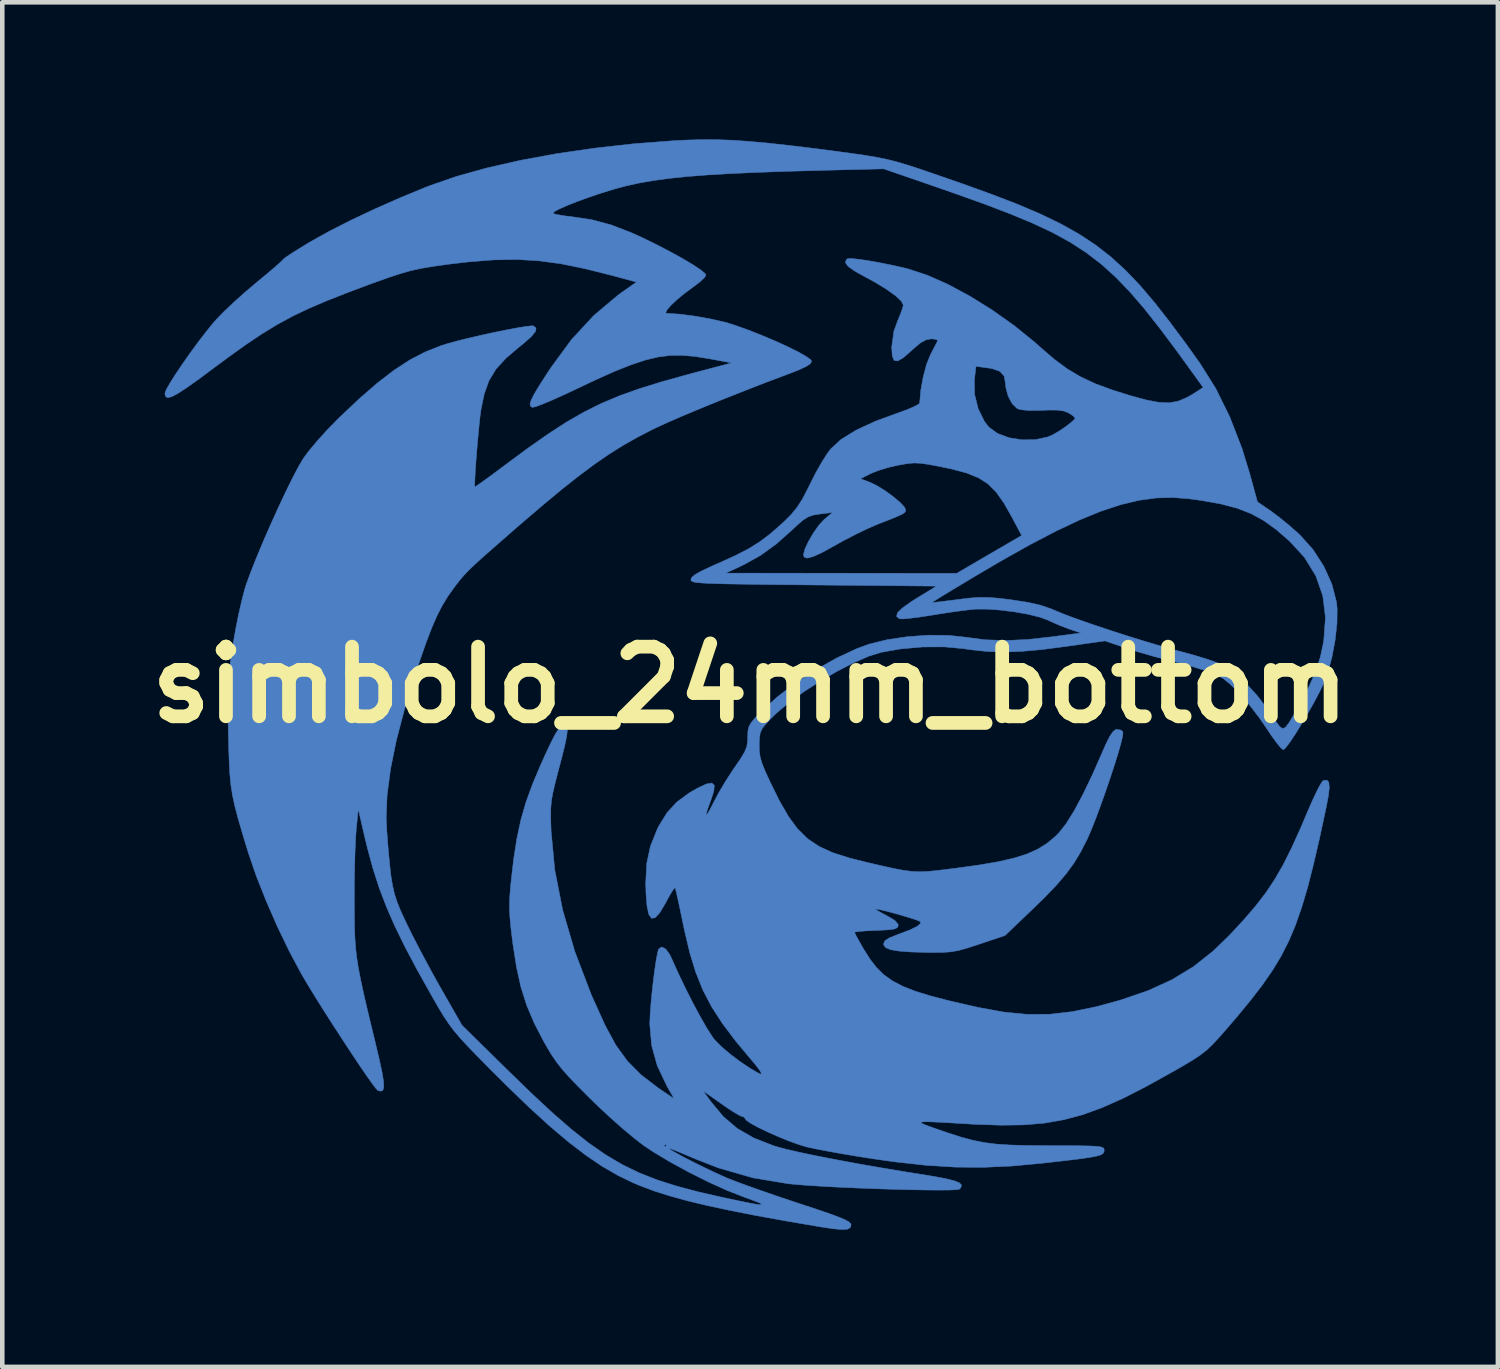
<source format=kicad_pcb>
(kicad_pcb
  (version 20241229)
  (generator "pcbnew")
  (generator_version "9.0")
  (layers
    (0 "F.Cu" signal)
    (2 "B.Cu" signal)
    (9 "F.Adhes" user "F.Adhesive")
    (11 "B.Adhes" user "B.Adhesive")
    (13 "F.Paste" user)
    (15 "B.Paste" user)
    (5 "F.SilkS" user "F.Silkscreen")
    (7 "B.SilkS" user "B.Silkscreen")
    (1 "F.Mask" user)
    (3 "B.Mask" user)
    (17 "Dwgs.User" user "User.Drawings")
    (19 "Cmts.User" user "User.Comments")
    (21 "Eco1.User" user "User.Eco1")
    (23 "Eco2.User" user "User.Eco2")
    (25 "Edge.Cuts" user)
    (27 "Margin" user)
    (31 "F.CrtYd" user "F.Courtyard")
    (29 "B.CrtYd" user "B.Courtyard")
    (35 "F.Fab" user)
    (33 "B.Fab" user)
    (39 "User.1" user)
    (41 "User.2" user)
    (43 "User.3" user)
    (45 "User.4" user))
  (footprint "simbolo_24mm_bottom"
    (layer "F.Cu")
    (at 13.36 11.932)
    (property "Reference" "simbolo_24mm_bottom" (at 0 0 0) (layer "F.SilkS") (effects (font (size 1.524 1.524) (thickness 0.3))))
    (attr through_hole)
    (fp_poly (pts (xy -0.753 -11.927) (xy -0.412 -11.915) (xy -0.039 -11.89) (xy 0.383 -11.852) (xy 0.867 -11.799) (xy 1.427 -11.731) (xy 1.824 -11.679) (xy 2.212 -11.627) (xy 2.522 -11.583) (xy 2.776 -11.54) (xy 2.997 -11.495) (xy 3.206 -11.443) (xy 3.426 -11.377) (xy 3.68 -11.295) (xy 3.907 -11.218) (xy 4.64 -10.964) (xy 5.286 -10.731) (xy 5.855 -10.512) (xy 6.357 -10.298) (xy 6.801 -10.083) (xy 7.2 -9.859) (xy 7.562 -9.62) (xy 7.898 -9.358) (xy 8.218 -9.065) (xy 8.532 -8.736) (xy 8.851 -8.361) (xy 9.185 -7.935) (xy 9.545 -7.45) (xy 9.85 -7.023) (xy 10.19 -6.48) (xy 10.497 -5.856) (xy 10.762 -5.172) (xy 10.928 -4.63) (xy 11.1 -4.003) (xy 11.396 -3.8) (xy 11.576 -3.666) (xy 11.788 -3.493) (xy 11.993 -3.313) (xy 12.033 -3.275) (xy 12.319 -2.955) (xy 12.555 -2.588) (xy 12.729 -2.2) (xy 12.828 -1.817) (xy 12.844 -1.667) (xy 12.84 -1.344) (xy 12.799 -0.975) (xy 12.729 -0.599) (xy 12.636 -0.256) (xy 12.555 -0.042) (xy 12.46 0.153) (xy 12.341 0.379) (xy 12.207 0.617) (xy 12.068 0.852) (xy 11.935 1.067) (xy 11.818 1.245) (xy 11.726 1.368) (xy 11.671 1.422) (xy 11.667 1.422) (xy 11.615 1.382) (xy 11.524 1.273) (xy 11.407 1.112) (xy 11.301 0.953) (xy 11.134 0.711) (xy 10.939 0.458) (xy 10.749 0.234) (xy 10.668 0.147) (xy 10.495 -0.021) (xy 10.354 -0.136) (xy 10.209 -0.217) (xy 10.027 -0.288) (xy 9.931 -0.32) (xy 9.672 -0.399) (xy 9.375 -0.482) (xy 9.104 -0.551) (xy 9.093 -0.554) (xy 8.83 -0.622) (xy 8.53 -0.708) (xy 8.252 -0.795) (xy 8.214 -0.808) (xy 7.766 -0.961) (xy 6.893 -0.837) (xy 6.377 -0.77) (xy 5.935 -0.731) (xy 5.545 -0.717) (xy 5.184 -0.729) (xy 4.828 -0.767) (xy 4.676 -0.79) (xy 4.25 -0.83) (xy 3.774 -0.828) (xy 3.285 -0.784) (xy 2.87 -0.711) (xy 2.597 -0.626) (xy 2.271 -0.484) (xy 1.912 -0.3) (xy 1.543 -0.085) (xy 1.184 0.147) (xy 0.857 0.384) (xy 0.584 0.613) (xy 0.498 0.696) (xy 0.354 0.846) (xy 0.268 0.953) (xy 0.223 1.05) (xy 0.205 1.167) (xy 0.2 1.295) (xy 0.202 1.446) (xy 0.221 1.582) (xy 0.265 1.73) (xy 0.343 1.919) (xy 0.43 2.107) (xy 0.641 2.536) (xy 0.84 2.881) (xy 1.041 3.154) (xy 1.259 3.368) (xy 1.511 3.537) (xy 1.81 3.673) (xy 2.172 3.789) (xy 2.515 3.875) (xy 2.865 3.957) (xy 3.139 4.018) (xy 3.357 4.059) (xy 3.542 4.083) (xy 3.715 4.09) (xy 3.898 4.082) (xy 4.113 4.061) (xy 4.381 4.028) (xy 4.496 4.013) (xy 5.005 3.943) (xy 5.426 3.871) (xy 5.771 3.792) (xy 6.056 3.702) (xy 6.292 3.597) (xy 6.494 3.471) (xy 6.674 3.321) (xy 6.757 3.238) (xy 6.911 3.044) (xy 7.089 2.76) (xy 7.284 2.395) (xy 7.494 1.958) (xy 7.674 1.549) (xy 7.784 1.299) (xy 7.868 1.13) (xy 7.936 1.029) (xy 7.994 0.982) (xy 8.02 0.974) (xy 8.122 0.993) (xy 8.158 1.036) (xy 8.153 1.112) (xy 8.117 1.266) (xy 8.056 1.483) (xy 7.975 1.745) (xy 7.879 2.037) (xy 7.775 2.343) (xy 7.667 2.645) (xy 7.562 2.928) (xy 7.464 3.175) (xy 7.379 3.37) (xy 7.365 3.399) (xy 7.227 3.667) (xy 7.082 3.906) (xy 6.915 4.135) (xy 6.712 4.373) (xy 6.458 4.638) (xy 6.174 4.915) (xy 5.578 5.485) (xy 5.011 5.675) (xy 4.758 5.757) (xy 4.565 5.811) (xy 4.396 5.842) (xy 4.215 5.855) (xy 3.987 5.857) (xy 3.861 5.855) (xy 3.511 5.845) (xy 3.253 5.825) (xy 3.075 5.795) (xy 2.969 5.751) (xy 2.924 5.692) (xy 2.921 5.666) (xy 2.95 5.6) (xy 3.048 5.536) (xy 3.226 5.465) (xy 3.491 5.365) (xy 3.661 5.282) (xy 3.734 5.216) (xy 3.727 5.182) (xy 3.666 5.154) (xy 3.538 5.111) (xy 3.368 5.059) (xy 3.18 5.005) (xy 3 4.957) (xy 2.852 4.921) (xy 2.76 4.904) (xy 2.743 4.906) (xy 2.785 4.938) (xy 2.891 4.999) (xy 3 5.056) (xy 3.164 5.153) (xy 3.237 5.233) (xy 3.241 5.273) (xy 3.218 5.315) (xy 3.156 5.343) (xy 3.036 5.36) (xy 2.839 5.371) (xy 2.755 5.374) (xy 2.551 5.383) (xy 2.392 5.395) (xy 2.3 5.409) (xy 2.286 5.416) (xy 2.31 5.47) (xy 2.373 5.587) (xy 2.464 5.746) (xy 2.485 5.782) (xy 2.622 6) (xy 2.765 6.184) (xy 2.924 6.341) (xy 3.112 6.476) (xy 3.339 6.595) (xy 3.618 6.705) (xy 3.961 6.81) (xy 4.378 6.918) (xy 4.881 7.033) (xy 5.001 7.06) (xy 5.55 7.16) (xy 6.057 7.21) (xy 6.548 7.208) (xy 7.049 7.151) (xy 7.586 7.04) (xy 8.103 6.898) (xy 8.704 6.692) (xy 9.228 6.453) (xy 9.696 6.169) (xy 10.129 5.827) (xy 10.494 5.473) (xy 10.802 5.14) (xy 11.062 4.838) (xy 11.285 4.548) (xy 11.483 4.251) (xy 11.668 3.928) (xy 11.852 3.559) (xy 12.048 3.126) (xy 12.197 2.775) (xy 12.301 2.536) (xy 12.397 2.333) (xy 12.476 2.182) (xy 12.529 2.103) (xy 12.538 2.095) (xy 12.618 2.084) (xy 12.662 2.133) (xy 12.672 2.252) (xy 12.649 2.449) (xy 12.6 2.701) (xy 12.458 3.361) (xy 12.325 3.934) (xy 12.198 4.432) (xy 12.069 4.867) (xy 11.934 5.254) (xy 11.787 5.603) (xy 11.622 5.929) (xy 11.432 6.243) (xy 11.214 6.559) (xy 10.96 6.889) (xy 10.666 7.246) (xy 10.455 7.493) (xy 10.272 7.702) (xy 10.125 7.862) (xy 9.993 7.988) (xy 9.853 8.098) (xy 9.685 8.209) (xy 9.467 8.339) (xy 9.24 8.469) (xy 8.673 8.784) (xy 8.169 9.042) (xy 7.711 9.247) (xy 7.281 9.404) (xy 6.862 9.516) (xy 6.437 9.59) (xy 5.989 9.628) (xy 5.499 9.635) (xy 4.95 9.617) (xy 4.769 9.607) (xy 4.39 9.584) (xy 4.106 9.568) (xy 3.907 9.56) (xy 3.787 9.561) (xy 3.737 9.571) (xy 3.749 9.591) (xy 3.816 9.622) (xy 3.931 9.664) (xy 3.988 9.685) (xy 4.33 9.804) (xy 4.62 9.897) (xy 4.879 9.966) (xy 5.129 10.016) (xy 5.392 10.049) (xy 5.688 10.068) (xy 6.041 10.078) (xy 6.471 10.081) (xy 6.528 10.082) (xy 6.91 10.083) (xy 7.203 10.085) (xy 7.418 10.089) (xy 7.568 10.096) (xy 7.663 10.108) (xy 7.717 10.125) (xy 7.741 10.147) (xy 7.747 10.177) (xy 7.747 10.183) (xy 7.742 10.223) (xy 7.72 10.256) (xy 7.67 10.285) (xy 7.581 10.311) (xy 7.44 10.338) (xy 7.238 10.368) (xy 6.962 10.402) (xy 6.602 10.443) (xy 6.401 10.466) (xy 5.733 10.528) (xy 5.105 10.557) (xy 4.487 10.552) (xy 3.85 10.512) (xy 3.166 10.437) (xy 2.688 10.369) (xy 2.342 10.315) (xy 2.002 10.258) (xy 1.691 10.202) (xy 1.432 10.152) (xy 1.249 10.112) (xy 1.24 10.11) (xy 1.053 10.054) (xy 0.833 9.974) (xy 0.6 9.878) (xy 0.372 9.777) (xy 0.169 9.679) (xy 0.011 9.592) (xy -0.084 9.525) (xy -0.102 9.497) (xy -0.142 9.452) (xy -0.165 9.449) (xy -0.232 9.421) (xy -0.36 9.346) (xy -0.526 9.237) (xy -0.628 9.166) (xy -1.027 8.884) (xy -0.857 9.12) (xy -0.585 9.447) (xy -0.279 9.707) (xy 0.082 9.915) (xy 0.518 10.085) (xy 0.582 10.105) (xy 0.79 10.161) (xy 1.085 10.229) (xy 1.453 10.306) (xy 1.88 10.389) (xy 2.352 10.477) (xy 2.856 10.565) (xy 3.378 10.652) (xy 3.676 10.699) (xy 4.031 10.757) (xy 4.293 10.807) (xy 4.474 10.853) (xy 4.581 10.897) (xy 4.625 10.943) (xy 4.614 10.995) (xy 4.582 11.034) (xy 4.519 11.046) (xy 4.368 11.053) (xy 4.143 11.055) (xy 3.857 11.053) (xy 3.524 11.047) (xy 3.158 11.038) (xy 2.772 11.026) (xy 2.381 11.011) (xy 1.996 10.994) (xy 1.633 10.975) (xy 1.305 10.955) (xy 1.026 10.934) (xy 0.838 10.916) (xy 0.062 10.786) (xy -0.697 10.568) (xy -1.2 10.371) (xy -1.42 10.278) (xy -1.601 10.203) (xy -1.726 10.154) (xy -1.778 10.138) (xy -1.778 10.139) (xy -1.735 10.174) (xy -1.619 10.243) (xy -1.447 10.336) (xy -1.239 10.443) (xy -1.014 10.554) (xy -0.789 10.662) (xy -0.584 10.755) (xy -0.483 10.799) (xy -0.296 10.872) (xy -0.035 10.968) (xy 0.279 11.079) (xy 0.625 11.198) (xy 0.979 11.317) (xy 1.092 11.354) (xy 1.457 11.475) (xy 1.736 11.57) (xy 1.938 11.645) (xy 2.077 11.703) (xy 2.16 11.749) (xy 2.201 11.788) (xy 2.21 11.817) (xy 2.192 11.876) (xy 2.131 11.91) (xy 2.012 11.918) (xy 1.822 11.901) (xy 1.547 11.86) (xy 1.524 11.856) (xy 0.78 11.729) (xy 0.127 11.611) (xy -0.443 11.499) (xy -0.941 11.392) (xy -1.374 11.288) (xy -1.754 11.183) (xy -2.089 11.077) (xy -2.388 10.966) (xy -2.544 10.901) (xy -2.885 10.737) (xy -3.233 10.536) (xy -3.594 10.291) (xy -3.978 9.997) (xy -4.393 9.646) (xy -4.847 9.231) (xy -5.349 8.746) (xy -5.697 8.399) (xy -5.968 8.123) (xy -6.181 7.903) (xy -6.348 7.722) (xy -6.482 7.563) (xy -6.597 7.409) (xy -6.706 7.245) (xy -6.822 7.053) (xy -6.957 6.817) (xy -6.963 6.807) (xy -7.282 6.238) (xy -7.549 5.734) (xy -7.772 5.278) (xy -7.958 4.853) (xy -8.114 4.442) (xy -8.248 4.027) (xy -8.367 3.591) (xy -8.431 3.327) (xy -8.526 2.915) (xy -7.961 2.915) (xy -7.949 3.175) (xy -7.917 3.587) (xy -7.887 3.915) (xy -7.857 4.177) (xy -7.822 4.391) (xy -7.78 4.573) (xy -7.726 4.742) (xy -7.657 4.916) (xy -7.568 5.111) (xy -7.515 5.223) (xy -7.384 5.489) (xy -7.217 5.811) (xy -7.034 6.155) (xy -6.85 6.49) (xy -6.759 6.65) (xy -6.301 7.451) (xy -5.271 8.463) (xy -4.767 8.952) (xy -4.316 9.371) (xy -3.906 9.727) (xy -3.525 10.029) (xy -3.159 10.283) (xy -2.797 10.497) (xy -2.426 10.677) (xy -2.033 10.832) (xy -1.605 10.968) (xy -1.131 11.094) (xy -0.597 11.216) (xy -0.538 11.228) (xy -0.238 11.292) (xy -0.023 11.336) (xy 0.119 11.362) (xy 0.204 11.373) (xy 0.244 11.371) (xy 0.254 11.36) (xy 0.21 11.336) (xy 0.092 11.289) (xy -0.078 11.226) (xy -0.14 11.204) (xy -0.501 11.063) (xy -0.911 10.877) (xy -1.339 10.663) (xy -1.753 10.437) (xy -2.123 10.215) (xy -2.318 10.084) (xy -1.88 10.084) (xy -1.854 10.109) (xy -1.829 10.084) (xy -1.854 10.058) (xy -1.88 10.084) (xy -2.318 10.084) (xy -2.336 10.072) (xy -2.534 9.919) (xy -2.78 9.714) (xy -3.05 9.475) (xy -3.321 9.223) (xy -3.517 9.033) (xy -3.773 8.776) (xy -3.971 8.569) (xy -4.124 8.395) (xy -4.248 8.234) (xy -4.359 8.069) (xy -4.47 7.88) (xy -4.514 7.803) (xy -4.724 7.397) (xy -4.887 7.012) (xy -5.012 6.617) (xy -5.109 6.182) (xy -5.188 5.678) (xy -5.19 5.664) (xy -5.23 5.341) (xy -5.254 5.088) (xy -5.264 4.874) (xy -5.26 4.669) (xy -5.243 4.443) (xy -5.233 4.343) (xy -5.173 3.817) (xy -5.102 3.364) (xy -5.015 2.957) (xy -4.903 2.568) (xy -4.758 2.17) (xy -4.574 1.735) (xy -4.479 1.524) (xy -4.353 1.257) (xy -4.257 1.072) (xy -4.184 0.958) (xy -4.126 0.901) (xy -4.087 0.889) (xy -4.036 0.899) (xy -4.006 0.936) (xy -3.999 1.012) (xy -4.015 1.14) (xy -4.055 1.333) (xy -4.122 1.602) (xy -4.189 1.854) (xy -4.263 2.14) (xy -4.314 2.357) (xy -4.346 2.535) (xy -4.36 2.704) (xy -4.362 2.894) (xy -4.355 3.134) (xy -4.353 3.2) (xy -4.273 4.049) (xy -4.1 4.928) (xy -3.833 5.84) (xy -3.472 6.786) (xy -3.17 7.453) (xy -2.939 7.88) (xy -2.683 8.233) (xy -2.38 8.538) (xy -2.006 8.823) (xy -1.986 8.837) (xy -1.661 9.057) (xy -1.817 8.783) (xy -2.03 8.335) (xy -2.153 7.892) (xy -2.194 7.426) (xy -2.194 7.412) (xy -2.187 7.229) (xy -2.17 6.996) (xy -2.146 6.734) (xy -2.116 6.467) (xy -2.083 6.215) (xy -2.051 6.002) (xy -2.021 5.848) (xy -1.999 5.779) (xy -1.931 5.736) (xy -1.845 5.781) (xy -1.756 5.904) (xy -1.719 5.982) (xy -1.57 6.313) (xy -1.408 6.651) (xy -1.242 6.978) (xy -1.082 7.276) (xy -0.937 7.526) (xy -0.817 7.712) (xy -0.762 7.782) (xy -0.621 7.923) (xy -0.428 8.085) (xy -0.212 8.248) (xy -0.001 8.39) (xy 0.176 8.492) (xy 0.233 8.518) (xy 0.249 8.501) (xy 0.203 8.422) (xy 0.103 8.293) (xy 0.047 8.227) (xy -0.313 7.796) (xy -0.606 7.408) (xy -0.842 7.043) (xy -1.032 6.679) (xy -1.187 6.294) (xy -1.318 5.867) (xy -1.434 5.378) (xy -1.472 5.197) (xy -1.526 4.936) (xy -1.574 4.713) (xy -1.612 4.545) (xy -1.636 4.451) (xy -1.642 4.437) (xy -1.673 4.469) (xy -1.738 4.571) (xy -1.824 4.725) (xy -1.851 4.777) (xy -1.973 4.983) (xy -2.074 5.094) (xy -2.154 5.109) (xy -2.214 5.027) (xy -2.254 4.848) (xy -2.277 4.57) (xy -2.283 4.333) (xy -2.261 3.907) (xy -2.18 3.53) (xy -2.032 3.161) (xy -1.993 3.084) (xy -1.816 2.797) (xy -1.604 2.566) (xy -1.331 2.365) (xy -1.15 2.261) (xy -0.956 2.17) (xy -0.835 2.148) (xy -0.782 2.2) (xy -0.794 2.329) (xy -0.856 2.517) (xy -0.929 2.718) (xy -0.96 2.829) (xy -0.95 2.847) (xy -0.901 2.773) (xy -0.813 2.605) (xy -0.793 2.564) (xy -0.681 2.354) (xy -0.534 2.107) (xy -0.379 1.868) (xy -0.336 1.805) (xy -0.201 1.608) (xy -0.117 1.465) (xy -0.071 1.349) (xy -0.053 1.234) (xy -0.051 1.142) (xy -0.047 1.014) (xy -0.026 0.917) (xy 0.026 0.824) (xy 0.124 0.71) (xy 0.266 0.563) (xy 0.603 0.259) (xy 1.004 -0.045) (xy 1.443 -0.332) (xy 1.893 -0.585) (xy 2.325 -0.787) (xy 2.599 -0.888) (xy 2.994 -0.986) (xy 3.442 -1.053) (xy 3.905 -1.086) (xy 4.347 -1.081) (xy 4.699 -1.043) (xy 5.133 -0.986) (xy 5.582 -0.969) (xy 6.071 -0.991) (xy 6.602 -1.05) (xy 7.236 -1.134) (xy 6.983 -1.22) (xy 6.785 -1.295) (xy 6.587 -1.381) (xy 6.523 -1.412) (xy 6.342 -1.479) (xy 6.089 -1.542) (xy 5.792 -1.595) (xy 5.481 -1.634) (xy 5.184 -1.656) (xy 4.931 -1.656) (xy 4.877 -1.651) (xy 4.689 -1.629) (xy 4.437 -1.595) (xy 4.158 -1.553) (xy 3.942 -1.518) (xy 3.701 -1.481) (xy 3.494 -1.455) (xy 3.342 -1.441) (xy 3.269 -1.444) (xy 3.205 -1.496) (xy 3.225 -1.575) (xy 3.334 -1.682) (xy 3.5 -1.799) (xy 3.978 -1.799) (xy 4.029 -1.803) (xy 4.16 -1.818) (xy 4.35 -1.841) (xy 4.547 -1.866) (xy 4.807 -1.898) (xy 5.016 -1.913) (xy 5.213 -1.912) (xy 5.434 -1.894) (xy 5.717 -1.86) (xy 5.72 -1.859) (xy 6.076 -1.804) (xy 6.359 -1.74) (xy 6.595 -1.659) (xy 6.667 -1.628) (xy 6.869 -1.544) (xy 7.149 -1.44) (xy 7.487 -1.322) (xy 7.863 -1.196) (xy 8.256 -1.069) (xy 8.648 -0.948) (xy 9.017 -0.838) (xy 9.345 -0.747) (xy 9.472 -0.714) (xy 9.738 -0.641) (xy 9.995 -0.562) (xy 10.213 -0.486) (xy 10.345 -0.431) (xy 10.576 -0.282) (xy 10.83 -0.055) (xy 11.094 0.235) (xy 11.35 0.571) (xy 11.42 0.673) (xy 11.519 0.823) (xy 11.592 0.919) (xy 11.652 0.957) (xy 11.714 0.931) (xy 11.788 0.835) (xy 11.89 0.664) (xy 12.031 0.412) (xy 12.034 0.406) (xy 12.232 0.03) (xy 12.377 -0.299) (xy 12.477 -0.611) (xy 12.546 -0.934) (xy 12.551 -0.963) (xy 12.588 -1.473) (xy 12.53 -1.947) (xy 12.377 -2.385) (xy 12.128 -2.79) (xy 11.804 -3.142) (xy 11.516 -3.392) (xy 11.243 -3.59) (xy 10.964 -3.743) (xy 10.66 -3.862) (xy 10.308 -3.955) (xy 9.887 -4.031) (xy 9.592 -4.071) (xy 9.239 -4.098) (xy 8.88 -4.087) (xy 8.505 -4.036) (xy 8.107 -3.94) (xy 7.677 -3.798) (xy 7.207 -3.606) (xy 6.69 -3.361) (xy 6.115 -3.061) (xy 5.477 -2.702) (xy 4.943 -2.388) (xy 4.663 -2.22) (xy 4.415 -2.071) (xy 4.211 -1.947) (xy 4.065 -1.856) (xy 3.987 -1.807) (xy 3.978 -1.799) (xy 3.5 -1.799) (xy 3.533 -1.823) (xy 3.64 -1.89) (xy 4.08 -2.159) (xy 1.392 -2.184) (xy 0.801 -2.19) (xy 0.304 -2.195) (xy -0.109 -2.201) (xy -0.443 -2.206) (xy -0.708 -2.212) (xy -0.912 -2.219) (xy -1.062 -2.228) (xy -1.168 -2.238) (xy -1.235 -2.25) (xy -1.274 -2.265) (xy -1.291 -2.282) (xy -1.295 -2.303) (xy -1.295 -2.304) (xy -1.272 -2.355) (xy -1.194 -2.417) (xy -1.146 -2.443) (xy -0.533 -2.443) (xy 1.993 -2.441) (xy 4.52 -2.438) (xy 5.231 -2.853) (xy 5.942 -3.267) (xy 5.727 -3.671) (xy 5.553 -3.978) (xy 5.386 -4.214) (xy 5.209 -4.393) (xy 5.001 -4.527) (xy 4.743 -4.632) (xy 4.415 -4.72) (xy 4.162 -4.773) (xy 3.915 -4.82) (xy 3.735 -4.846) (xy 3.589 -4.853) (xy 3.445 -4.84) (xy 3.269 -4.81) (xy 3.241 -4.805) (xy 3.017 -4.753) (xy 2.801 -4.687) (xy 2.637 -4.621) (xy 2.635 -4.62) (xy 2.417 -4.508) (xy 2.632 -4.426) (xy 2.784 -4.352) (xy 2.956 -4.245) (xy 3.126 -4.121) (xy 3.273 -3.999) (xy 3.372 -3.895) (xy 3.404 -3.831) (xy 3.4 -3.797) (xy 3.38 -3.767) (xy 3.328 -3.733) (xy 3.229 -3.687) (xy 3.068 -3.621) (xy 2.83 -3.528) (xy 2.781 -3.509) (xy 2.571 -3.418) (xy 2.311 -3.292) (xy 2.039 -3.151) (xy 1.85 -3.046) (xy 1.579 -2.896) (xy 1.382 -2.806) (xy 1.252 -2.772) (xy 1.184 -2.793) (xy 1.168 -2.846) (xy 1.198 -2.965) (xy 1.275 -3.131) (xy 1.381 -3.314) (xy 1.498 -3.482) (xy 1.609 -3.605) (xy 1.616 -3.611) (xy 1.803 -3.77) (xy 1.525 -3.736) (xy 1.382 -3.713) (xy 1.27 -3.674) (xy 1.158 -3.603) (xy 1.021 -3.484) (xy 0.915 -3.384) (xy 0.566 -3.075) (xy 0.23 -2.832) (xy -0.128 -2.632) (xy -0.219 -2.589) (xy -0.533 -2.443) (xy -1.146 -2.443) (xy -1.05 -2.496) (xy -0.827 -2.6) (xy -0.682 -2.664) (xy -0.324 -2.826) (xy -0.035 -2.975) (xy 0.212 -3.129) (xy 0.445 -3.305) (xy 0.691 -3.521) (xy 0.737 -3.564) (xy 0.9 -3.726) (xy 1.029 -3.883) (xy 1.145 -4.064) (xy 1.268 -4.3) (xy 1.315 -4.396) (xy 1.437 -4.637) (xy 1.568 -4.869) (xy 1.69 -5.061) (xy 1.761 -5.157) (xy 1.986 -5.365) (xy 2.312 -5.567) (xy 2.736 -5.764) (xy 3.218 -5.941) (xy 3.423 -6.015) (xy 3.587 -6.084) (xy 3.688 -6.139) (xy 3.71 -6.164) (xy 3.735 -6.444) (xy 3.775 -6.665) (xy 4.907 -6.665) (xy 4.913 -6.352) (xy 4.991 -6.038) (xy 5.129 -5.759) (xy 5.225 -5.636) (xy 5.414 -5.499) (xy 5.666 -5.405) (xy 5.953 -5.359) (xy 6.246 -5.364) (xy 6.514 -5.423) (xy 6.618 -5.468) (xy 6.759 -5.549) (xy 6.904 -5.647) (xy 7.026 -5.741) (xy 7.101 -5.813) (xy 7.112 -5.835) (xy 7.072 -5.88) (xy 6.976 -5.944) (xy 6.97 -5.948) (xy 6.866 -5.989) (xy 6.726 -6.01) (xy 6.523 -6.011) (xy 6.394 -6.005) (xy 6.117 -6) (xy 5.924 -6.018) (xy 5.845 -6.043) (xy 5.735 -6.149) (xy 5.645 -6.318) (xy 5.594 -6.511) (xy 5.588 -6.593) (xy 5.56 -6.752) (xy 5.467 -6.857) (xy 5.295 -6.918) (xy 5.201 -6.933) (xy 4.942 -6.967) (xy 4.907 -6.665) (xy 3.775 -6.665) (xy 3.789 -6.741) (xy 3.863 -7.016) (xy 3.948 -7.225) (xy 4.026 -7.375) (xy 4.084 -7.487) (xy 4.106 -7.531) (xy 4.074 -7.557) (xy 3.974 -7.569) (xy 3.964 -7.569) (xy 3.852 -7.549) (xy 3.729 -7.481) (xy 3.572 -7.35) (xy 3.529 -7.309) (xy 3.353 -7.156) (xy 3.23 -7.085) (xy 3.152 -7.097) (xy 3.111 -7.196) (xy 3.099 -7.381) (xy 3.099 -7.388) (xy 3.147 -7.737) (xy 3.226 -7.955) (xy 3.293 -8.118) (xy 3.339 -8.248) (xy 3.353 -8.308) (xy 3.308 -8.395) (xy 3.183 -8.512) (xy 2.988 -8.652) (xy 2.738 -8.805) (xy 2.527 -8.919) (xy 2.29 -9.051) (xy 2.144 -9.156) (xy 2.085 -9.238) (xy 2.108 -9.303) (xy 2.132 -9.321) (xy 2.205 -9.327) (xy 2.357 -9.312) (xy 2.568 -9.282) (xy 2.817 -9.238) (xy 3.084 -9.185) (xy 3.349 -9.126) (xy 3.467 -9.096) (xy 3.877 -8.961) (xy 4.333 -8.759) (xy 4.814 -8.5) (xy 5.302 -8.196) (xy 5.778 -7.859) (xy 6.222 -7.499) (xy 6.35 -7.385) (xy 6.652 -7.125) (xy 6.936 -6.914) (xy 7.227 -6.74) (xy 7.549 -6.589) (xy 7.926 -6.45) (xy 8.324 -6.325) (xy 8.67 -6.231) (xy 8.945 -6.179) (xy 9.169 -6.17) (xy 9.364 -6.204) (xy 9.551 -6.282) (xy 9.678 -6.355) (xy 9.913 -6.505) (xy 9.722 -6.77) (xy 9.321 -7.324) (xy 8.958 -7.808) (xy 8.624 -8.231) (xy 8.308 -8.598) (xy 7.999 -8.919) (xy 7.686 -9.202) (xy 7.358 -9.453) (xy 7.006 -9.682) (xy 6.617 -9.895) (xy 6.181 -10.1) (xy 5.687 -10.305) (xy 5.126 -10.519) (xy 4.485 -10.748) (xy 3.988 -10.921) (xy 2.921 -11.289) (xy 1.575 -11.255) (xy 0.816 -11.234) (xy 0.15 -11.21) (xy -0.433 -11.184) (xy -0.942 -11.154) (xy -1.388 -11.119) (xy -1.778 -11.078) (xy -2.123 -11.031) (xy -2.431 -10.977) (xy -2.712 -10.915) (xy -2.959 -10.849) (xy -3.244 -10.761) (xy -3.523 -10.668) (xy -3.781 -10.574) (xy -4.004 -10.486) (xy -4.177 -10.409) (xy -4.285 -10.35) (xy -4.314 -10.314) (xy -4.31 -10.311) (xy -4.226 -10.288) (xy -4.076 -10.262) (xy -3.913 -10.243) (xy -3.467 -10.176) (xy -3.037 -10.061) (xy -2.587 -9.887) (xy -2.393 -9.799) (xy -2.066 -9.64) (xy -1.759 -9.481) (xy -1.484 -9.33) (xy -1.256 -9.194) (xy -1.085 -9.082) (xy -0.986 -8.999) (xy -0.965 -8.964) (xy -1.004 -8.902) (xy -1.108 -8.806) (xy -1.253 -8.697) (xy -1.257 -8.694) (xy -1.437 -8.562) (xy -1.599 -8.427) (xy -1.731 -8.303) (xy -1.818 -8.203) (xy -1.847 -8.141) (xy -1.826 -8.127) (xy -1.541 -8.109) (xy -1.202 -8.065) (xy -0.852 -8.002) (xy -0.534 -7.929) (xy -0.363 -7.877) (xy -0.055 -7.768) (xy 0.254 -7.646) (xy 0.552 -7.521) (xy 0.822 -7.398) (xy 1.051 -7.284) (xy 1.224 -7.186) (xy 1.325 -7.112) (xy 1.346 -7.078) (xy 1.319 -7.026) (xy 1.23 -6.966) (xy 1.068 -6.89) (xy 0.82 -6.794) (xy 0.813 -6.791) (xy 0.332 -6.61) (xy -0.153 -6.421) (xy -0.627 -6.233) (xy -1.074 -6.051) (xy -1.478 -5.882) (xy -1.823 -5.732) (xy -2.093 -5.607) (xy -2.159 -5.575) (xy -2.48 -5.408) (xy -2.788 -5.233) (xy -3.096 -5.039) (xy -3.413 -4.82) (xy -3.753 -4.566) (xy -4.127 -4.27) (xy -4.546 -3.922) (xy -5.022 -3.515) (xy -5.207 -3.354) (xy -5.51 -3.089) (xy -5.748 -2.88) (xy -5.931 -2.717) (xy -6.071 -2.588) (xy -6.179 -2.482) (xy -6.265 -2.39) (xy -6.342 -2.3) (xy -6.42 -2.201) (xy -6.48 -2.121) (xy -6.616 -1.93) (xy -6.737 -1.73) (xy -6.853 -1.504) (xy -6.969 -1.235) (xy -7.093 -0.909) (xy -7.232 -0.509) (xy -7.317 -0.254) (xy -7.557 0.522) (xy -7.74 1.22) (xy -7.867 1.848) (xy -7.941 2.411) (xy -7.961 2.915) (xy -8.526 2.915) (xy -8.572 2.718) (xy -8.617 3.175) (xy -8.63 3.369) (xy -8.642 3.64) (xy -8.651 3.965) (xy -8.657 4.319) (xy -8.659 4.678) (xy -8.659 4.724) (xy -8.657 5.037) (xy -8.654 5.303) (xy -8.645 5.535) (xy -8.63 5.751) (xy -8.606 5.965) (xy -8.57 6.193) (xy -8.521 6.449) (xy -8.456 6.748) (xy -8.373 7.108) (xy -8.269 7.541) (xy -8.196 7.841) (xy -8.111 8.202) (xy -8.052 8.475) (xy -8.02 8.67) (xy -8.013 8.798) (xy -8.032 8.868) (xy -8.075 8.891) (xy -8.142 8.876) (xy -8.189 8.827) (xy -8.281 8.704) (xy -8.411 8.52) (xy -8.569 8.288) (xy -8.748 8.019) (xy -8.939 7.728) (xy -9.135 7.426) (xy -9.327 7.125) (xy -9.506 6.839) (xy -9.665 6.58) (xy -9.795 6.361) (xy -9.828 6.303) (xy -10.088 5.815) (xy -10.347 5.277) (xy -10.59 4.72) (xy -10.805 4.177) (xy -10.975 3.681) (xy -10.992 3.627) (xy -11.111 3.235) (xy -11.203 2.918) (xy -11.272 2.653) (xy -11.323 2.421) (xy -11.358 2.197) (xy -11.381 1.961) (xy -11.396 1.69) (xy -11.407 1.362) (xy -11.414 1.067) (xy -11.422 0.68) (xy -11.425 0.372) (xy -11.421 0.118) (xy -11.411 -0.104) (xy -11.392 -0.318) (xy -11.363 -0.547) (xy -11.323 -0.815) (xy -11.309 -0.903) (xy -11.253 -1.226) (xy -11.187 -1.555) (xy -11.117 -1.858) (xy -11.051 -2.106) (xy -11.027 -2.184) (xy -10.93 -2.451) (xy -10.803 -2.772) (xy -10.654 -3.128) (xy -10.492 -3.499) (xy -10.325 -3.869) (xy -10.161 -4.218) (xy -10.008 -4.528) (xy -9.876 -4.779) (xy -9.773 -4.953) (xy -9.647 -5.123) (xy -9.468 -5.337) (xy -9.258 -5.569) (xy -9.039 -5.794) (xy -8.998 -5.835) (xy -8.552 -6.257) (xy -8.152 -6.604) (xy -7.786 -6.885) (xy -7.441 -7.109) (xy -7.106 -7.283) (xy -6.767 -7.417) (xy -6.622 -7.463) (xy -6.409 -7.522) (xy -6.154 -7.585) (xy -5.874 -7.65) (xy -5.589 -7.712) (xy -5.317 -7.767) (xy -5.077 -7.812) (xy -4.888 -7.842) (xy -4.769 -7.854) (xy -4.741 -7.852) (xy -4.682 -7.805) (xy -4.694 -7.732) (xy -4.781 -7.623) (xy -4.949 -7.474) (xy -5.055 -7.389) (xy -5.347 -7.14) (xy -5.561 -6.904) (xy -5.712 -6.654) (xy -5.816 -6.364) (xy -5.887 -6.02) (xy -5.907 -5.873) (xy -5.929 -5.668) (xy -5.952 -5.426) (xy -5.975 -5.167) (xy -5.995 -4.911) (xy -6.011 -4.679) (xy -6.021 -4.492) (xy -6.025 -4.369) (xy -6.021 -4.33) (xy -5.979 -4.355) (xy -5.871 -4.431) (xy -5.708 -4.548) (xy -5.507 -4.697) (xy -5.368 -4.801) (xy -4.868 -5.171) (xy -4.426 -5.482) (xy -4.022 -5.744) (xy -3.638 -5.965) (xy -3.256 -6.155) (xy -2.855 -6.324) (xy -2.419 -6.479) (xy -1.928 -6.631) (xy -1.363 -6.788) (xy -1.229 -6.824) (xy -0.4 -7.043) (xy -0.907 -7.136) (xy -1.208 -7.184) (xy -1.483 -7.208) (xy -1.746 -7.206) (xy -2.01 -7.172) (xy -2.292 -7.105) (xy -2.606 -7.001) (xy -2.966 -6.857) (xy -3.388 -6.668) (xy -3.808 -6.469) (xy -4.087 -6.338) (xy -4.337 -6.226) (xy -4.543 -6.14) (xy -4.691 -6.085) (xy -4.764 -6.069) (xy -4.766 -6.07) (xy -4.805 -6.097) (xy -4.814 -6.148) (xy -4.788 -6.231) (xy -4.723 -6.36) (xy -4.612 -6.545) (xy -4.45 -6.797) (xy -4.357 -6.939) (xy -3.906 -7.553) (xy -3.42 -8.078) (xy -2.892 -8.523) (xy -2.802 -8.588) (xy -2.486 -8.811) (xy -3.008 -8.952) (xy -3.602 -9.102) (xy -4.132 -9.21) (xy -4.625 -9.277) (xy -5.111 -9.305) (xy -5.615 -9.296) (xy -6.166 -9.252) (xy -6.616 -9.199) (xy -6.93 -9.155) (xy -7.186 -9.112) (xy -7.414 -9.063) (xy -7.644 -8.998) (xy -7.906 -8.912) (xy -8.229 -8.796) (xy -8.264 -8.784) (xy -8.799 -8.584) (xy -9.257 -8.404) (xy -9.654 -8.234) (xy -10.012 -8.063) (xy -10.347 -7.881) (xy -10.68 -7.678) (xy -11.029 -7.444) (xy -11.413 -7.169) (xy -11.75 -6.919) (xy -12.073 -6.679) (xy -12.325 -6.5) (xy -12.514 -6.377) (xy -12.648 -6.305) (xy -12.736 -6.282) (xy -12.784 -6.302) (xy -12.801 -6.362) (xy -12.802 -6.378) (xy -12.772 -6.458) (xy -12.691 -6.601) (xy -12.57 -6.793) (xy -12.419 -7.017) (xy -12.251 -7.256) (xy -12.076 -7.496) (xy -11.904 -7.719) (xy -11.749 -7.911) (xy -11.676 -7.994) (xy -11.513 -8.162) (xy -11.296 -8.367) (xy -11.054 -8.584) (xy -10.814 -8.788) (xy -10.799 -8.801) (xy -10.596 -8.968) (xy -10.423 -9.114) (xy -10.295 -9.227) (xy -10.226 -9.293) (xy -10.219 -9.304) (xy -10.171 -9.344) (xy -10.052 -9.425) (xy -9.877 -9.536) (xy -9.664 -9.666) (xy -9.59 -9.709) (xy -9.193 -9.93) (xy -8.721 -10.169) (xy -8.199 -10.415) (xy -7.648 -10.658) (xy -7.093 -10.887) (xy -7.005 -10.921) (xy -6.425 -11.122) (xy -5.76 -11.307) (xy -5.024 -11.474) (xy -4.233 -11.62) (xy -3.401 -11.741) (xy -2.545 -11.837) (xy -1.679 -11.903) (xy -1.392 -11.918) (xy -1.074 -11.927) (xy -0.753 -11.927)) (stroke (width 0.01) (type solid)) (fill yes) (layer "B.Cu")))
  (gr_rect
    (start -3 -3)
    (end 29.721 26.855)
    (stroke (width 0.1) (type default))
    (fill no)
    (layer "Edge.Cuts")))
</source>
